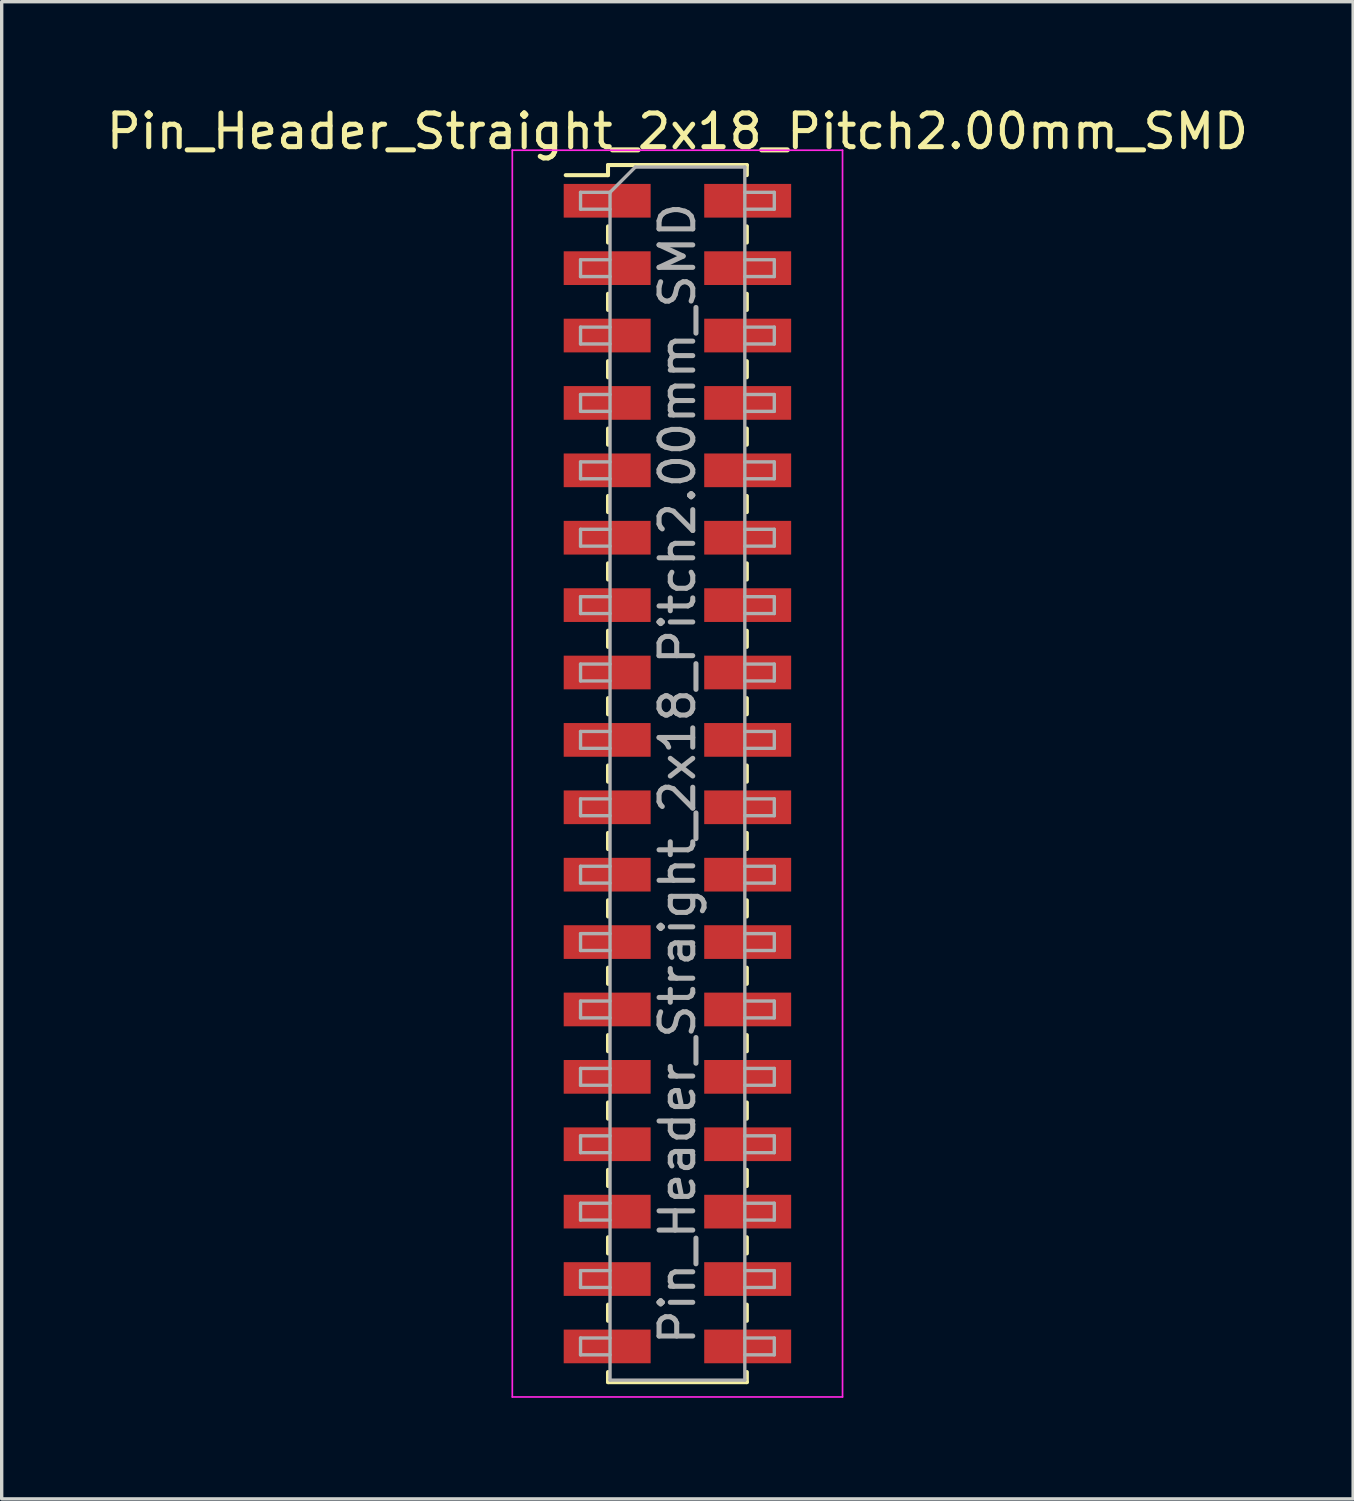
<source format=kicad_pcb>
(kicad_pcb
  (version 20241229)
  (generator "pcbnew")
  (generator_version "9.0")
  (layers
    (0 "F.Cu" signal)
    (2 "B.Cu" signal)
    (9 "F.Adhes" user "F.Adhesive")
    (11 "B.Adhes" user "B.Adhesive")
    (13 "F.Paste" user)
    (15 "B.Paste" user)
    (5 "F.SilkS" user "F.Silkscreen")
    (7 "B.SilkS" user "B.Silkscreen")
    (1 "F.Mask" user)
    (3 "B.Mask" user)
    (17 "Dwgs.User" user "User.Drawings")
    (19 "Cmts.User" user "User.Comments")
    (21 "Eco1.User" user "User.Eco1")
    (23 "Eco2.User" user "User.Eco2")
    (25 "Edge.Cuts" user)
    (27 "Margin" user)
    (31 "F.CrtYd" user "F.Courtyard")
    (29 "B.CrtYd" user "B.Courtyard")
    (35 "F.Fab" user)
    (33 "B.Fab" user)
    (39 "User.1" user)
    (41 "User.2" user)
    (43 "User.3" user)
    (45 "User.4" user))
  (footprint "Pin_Header_Straight_2x18_Pitch2.00mm_SMD"
    (layer "F.Cu")
    (at 17.054 19.908)
    (property "Reference" "Pin_Header_Straight_2x18_Pitch2.00mm_SMD" (at 0 -19.06 0) (layer "F.SilkS") (effects (font (size 1 1) (thickness 0.15))))
    (attr smd)
    (fp_line (start -3.315 -17.76) (end -2.06 -17.76) (stroke (width 0.12) (type solid)) (layer "F.SilkS"))
    (fp_line (start -2.06 -18.06) (end -2.06 -17.76) (stroke (width 0.12) (type solid)) (layer "F.SilkS"))
    (fp_line (start -2.06 -18.06) (end 2.06 -18.06) (stroke (width 0.12) (type solid)) (layer "F.SilkS"))
    (fp_line (start -2.06 -16.24) (end -2.06 -15.76) (stroke (width 0.12) (type solid)) (layer "F.SilkS"))
    (fp_line (start -2.06 -14.24) (end -2.06 -13.76) (stroke (width 0.12) (type solid)) (layer "F.SilkS"))
    (fp_line (start -2.06 -12.24) (end -2.06 -11.76) (stroke (width 0.12) (type solid)) (layer "F.SilkS"))
    (fp_line (start -2.06 -10.24) (end -2.06 -9.76) (stroke (width 0.12) (type solid)) (layer "F.SilkS"))
    (fp_line (start -2.06 -8.24) (end -2.06 -7.76) (stroke (width 0.12) (type solid)) (layer "F.SilkS"))
    (fp_line (start -2.06 -6.24) (end -2.06 -5.76) (stroke (width 0.12) (type solid)) (layer "F.SilkS"))
    (fp_line (start -2.06 -4.24) (end -2.06 -3.76) (stroke (width 0.12) (type solid)) (layer "F.SilkS"))
    (fp_line (start -2.06 -2.24) (end -2.06 -1.76) (stroke (width 0.12) (type solid)) (layer "F.SilkS"))
    (fp_line (start -2.06 -0.24) (end -2.06 0.24) (stroke (width 0.12) (type solid)) (layer "F.SilkS"))
    (fp_line (start -2.06 1.76) (end -2.06 2.24) (stroke (width 0.12) (type solid)) (layer "F.SilkS"))
    (fp_line (start -2.06 3.76) (end -2.06 4.24) (stroke (width 0.12) (type solid)) (layer "F.SilkS"))
    (fp_line (start -2.06 5.76) (end -2.06 6.24) (stroke (width 0.12) (type solid)) (layer "F.SilkS"))
    (fp_line (start -2.06 7.76) (end -2.06 8.24) (stroke (width 0.12) (type solid)) (layer "F.SilkS"))
    (fp_line (start -2.06 9.76) (end -2.06 10.24) (stroke (width 0.12) (type solid)) (layer "F.SilkS"))
    (fp_line (start -2.06 11.76) (end -2.06 12.24) (stroke (width 0.12) (type solid)) (layer "F.SilkS"))
    (fp_line (start -2.06 13.76) (end -2.06 14.24) (stroke (width 0.12) (type solid)) (layer "F.SilkS"))
    (fp_line (start -2.06 15.76) (end -2.06 16.24) (stroke (width 0.12) (type solid)) (layer "F.SilkS"))
    (fp_line (start -2.06 17.76) (end -2.06 18.06) (stroke (width 0.12) (type solid)) (layer "F.SilkS"))
    (fp_line (start -2.06 18.06) (end 2.06 18.06) (stroke (width 0.12) (type solid)) (layer "F.SilkS"))
    (fp_line (start 2.06 -18.06) (end 2.06 -17.76) (stroke (width 0.12) (type solid)) (layer "F.SilkS"))
    (fp_line (start 2.06 -16.24) (end 2.06 -15.76) (stroke (width 0.12) (type solid)) (layer "F.SilkS"))
    (fp_line (start 2.06 -14.24) (end 2.06 -13.76) (stroke (width 0.12) (type solid)) (layer "F.SilkS"))
    (fp_line (start 2.06 -12.24) (end 2.06 -11.76) (stroke (width 0.12) (type solid)) (layer "F.SilkS"))
    (fp_line (start 2.06 -10.24) (end 2.06 -9.76) (stroke (width 0.12) (type solid)) (layer "F.SilkS"))
    (fp_line (start 2.06 -8.24) (end 2.06 -7.76) (stroke (width 0.12) (type solid)) (layer "F.SilkS"))
    (fp_line (start 2.06 -6.24) (end 2.06 -5.76) (stroke (width 0.12) (type solid)) (layer "F.SilkS"))
    (fp_line (start 2.06 -4.24) (end 2.06 -3.76) (stroke (width 0.12) (type solid)) (layer "F.SilkS"))
    (fp_line (start 2.06 -2.24) (end 2.06 -1.76) (stroke (width 0.12) (type solid)) (layer "F.SilkS"))
    (fp_line (start 2.06 -0.24) (end 2.06 0.24) (stroke (width 0.12) (type solid)) (layer "F.SilkS"))
    (fp_line (start 2.06 1.76) (end 2.06 2.24) (stroke (width 0.12) (type solid)) (layer "F.SilkS"))
    (fp_line (start 2.06 3.76) (end 2.06 4.24) (stroke (width 0.12) (type solid)) (layer "F.SilkS"))
    (fp_line (start 2.06 5.76) (end 2.06 6.24) (stroke (width 0.12) (type solid)) (layer "F.SilkS"))
    (fp_line (start 2.06 7.76) (end 2.06 8.24) (stroke (width 0.12) (type solid)) (layer "F.SilkS"))
    (fp_line (start 2.06 9.76) (end 2.06 10.24) (stroke (width 0.12) (type solid)) (layer "F.SilkS"))
    (fp_line (start 2.06 11.76) (end 2.06 12.24) (stroke (width 0.12) (type solid)) (layer "F.SilkS"))
    (fp_line (start 2.06 13.76) (end 2.06 14.24) (stroke (width 0.12) (type solid)) (layer "F.SilkS"))
    (fp_line (start 2.06 15.76) (end 2.06 16.24) (stroke (width 0.12) (type solid)) (layer "F.SilkS"))
    (fp_line (start 2.06 17.76) (end 2.06 18.06) (stroke (width 0.12) (type solid)) (layer "F.SilkS"))
    (fp_line (start -4.9 -18.5) (end -4.9 18.5) (stroke (width 0.05) (type solid)) (layer "F.CrtYd"))
    (fp_line (start -4.9 18.5) (end 4.9 18.5) (stroke (width 0.05) (type solid)) (layer "F.CrtYd"))
    (fp_line (start 4.9 -18.5) (end -4.9 -18.5) (stroke (width 0.05) (type solid)) (layer "F.CrtYd"))
    (fp_line (start 4.9 18.5) (end 4.9 -18.5) (stroke (width 0.05) (type solid)) (layer "F.CrtYd"))
    (fp_line (start -2.875 -17.25) (end -2.875 -16.75) (stroke (width 0.1) (type solid)) (layer "F.Fab"))
    (fp_line (start -2.875 -16.75) (end -2 -16.75) (stroke (width 0.1) (type solid)) (layer "F.Fab"))
    (fp_line (start -2.875 -15.25) (end -2.875 -14.75) (stroke (width 0.1) (type solid)) (layer "F.Fab"))
    (fp_line (start -2.875 -14.75) (end -2 -14.75) (stroke (width 0.1) (type solid)) (layer "F.Fab"))
    (fp_line (start -2.875 -13.25) (end -2.875 -12.75) (stroke (width 0.1) (type solid)) (layer "F.Fab"))
    (fp_line (start -2.875 -12.75) (end -2 -12.75) (stroke (width 0.1) (type solid)) (layer "F.Fab"))
    (fp_line (start -2.875 -11.25) (end -2.875 -10.75) (stroke (width 0.1) (type solid)) (layer "F.Fab"))
    (fp_line (start -2.875 -10.75) (end -2 -10.75) (stroke (width 0.1) (type solid)) (layer "F.Fab"))
    (fp_line (start -2.875 -9.25) (end -2.875 -8.75) (stroke (width 0.1) (type solid)) (layer "F.Fab"))
    (fp_line (start -2.875 -8.75) (end -2 -8.75) (stroke (width 0.1) (type solid)) (layer "F.Fab"))
    (fp_line (start -2.875 -7.25) (end -2.875 -6.75) (stroke (width 0.1) (type solid)) (layer "F.Fab"))
    (fp_line (start -2.875 -6.75) (end -2 -6.75) (stroke (width 0.1) (type solid)) (layer "F.Fab"))
    (fp_line (start -2.875 -5.25) (end -2.875 -4.75) (stroke (width 0.1) (type solid)) (layer "F.Fab"))
    (fp_line (start -2.875 -4.75) (end -2 -4.75) (stroke (width 0.1) (type solid)) (layer "F.Fab"))
    (fp_line (start -2.875 -3.25) (end -2.875 -2.75) (stroke (width 0.1) (type solid)) (layer "F.Fab"))
    (fp_line (start -2.875 -2.75) (end -2 -2.75) (stroke (width 0.1) (type solid)) (layer "F.Fab"))
    (fp_line (start -2.875 -1.25) (end -2.875 -0.75) (stroke (width 0.1) (type solid)) (layer "F.Fab"))
    (fp_line (start -2.875 -0.75) (end -2 -0.75) (stroke (width 0.1) (type solid)) (layer "F.Fab"))
    (fp_line (start -2.875 0.75) (end -2.875 1.25) (stroke (width 0.1) (type solid)) (layer "F.Fab"))
    (fp_line (start -2.875 1.25) (end -2 1.25) (stroke (width 0.1) (type solid)) (layer "F.Fab"))
    (fp_line (start -2.875 2.75) (end -2.875 3.25) (stroke (width 0.1) (type solid)) (layer "F.Fab"))
    (fp_line (start -2.875 3.25) (end -2 3.25) (stroke (width 0.1) (type solid)) (layer "F.Fab"))
    (fp_line (start -2.875 4.75) (end -2.875 5.25) (stroke (width 0.1) (type solid)) (layer "F.Fab"))
    (fp_line (start -2.875 5.25) (end -2 5.25) (stroke (width 0.1) (type solid)) (layer "F.Fab"))
    (fp_line (start -2.875 6.75) (end -2.875 7.25) (stroke (width 0.1) (type solid)) (layer "F.Fab"))
    (fp_line (start -2.875 7.25) (end -2 7.25) (stroke (width 0.1) (type solid)) (layer "F.Fab"))
    (fp_line (start -2.875 8.75) (end -2.875 9.25) (stroke (width 0.1) (type solid)) (layer "F.Fab"))
    (fp_line (start -2.875 9.25) (end -2 9.25) (stroke (width 0.1) (type solid)) (layer "F.Fab"))
    (fp_line (start -2.875 10.75) (end -2.875 11.25) (stroke (width 0.1) (type solid)) (layer "F.Fab"))
    (fp_line (start -2.875 11.25) (end -2 11.25) (stroke (width 0.1) (type solid)) (layer "F.Fab"))
    (fp_line (start -2.875 12.75) (end -2.875 13.25) (stroke (width 0.1) (type solid)) (layer "F.Fab"))
    (fp_line (start -2.875 13.25) (end -2 13.25) (stroke (width 0.1) (type solid)) (layer "F.Fab"))
    (fp_line (start -2.875 14.75) (end -2.875 15.25) (stroke (width 0.1) (type solid)) (layer "F.Fab"))
    (fp_line (start -2.875 15.25) (end -2 15.25) (stroke (width 0.1) (type solid)) (layer "F.Fab"))
    (fp_line (start -2.875 16.75) (end -2.875 17.25) (stroke (width 0.1) (type solid)) (layer "F.Fab"))
    (fp_line (start -2.875 17.25) (end -2 17.25) (stroke (width 0.1) (type solid)) (layer "F.Fab"))
    (fp_line (start -2 -17.25) (end -2.875 -17.25) (stroke (width 0.1) (type solid)) (layer "F.Fab"))
    (fp_line (start -2 -17.25) (end -1.25 -18) (stroke (width 0.1) (type solid)) (layer "F.Fab"))
    (fp_line (start -2 -15.25) (end -2.875 -15.25) (stroke (width 0.1) (type solid)) (layer "F.Fab"))
    (fp_line (start -2 -13.25) (end -2.875 -13.25) (stroke (width 0.1) (type solid)) (layer "F.Fab"))
    (fp_line (start -2 -11.25) (end -2.875 -11.25) (stroke (width 0.1) (type solid)) (layer "F.Fab"))
    (fp_line (start -2 -9.25) (end -2.875 -9.25) (stroke (width 0.1) (type solid)) (layer "F.Fab"))
    (fp_line (start -2 -7.25) (end -2.875 -7.25) (stroke (width 0.1) (type solid)) (layer "F.Fab"))
    (fp_line (start -2 -5.25) (end -2.875 -5.25) (stroke (width 0.1) (type solid)) (layer "F.Fab"))
    (fp_line (start -2 -3.25) (end -2.875 -3.25) (stroke (width 0.1) (type solid)) (layer "F.Fab"))
    (fp_line (start -2 -1.25) (end -2.875 -1.25) (stroke (width 0.1) (type solid)) (layer "F.Fab"))
    (fp_line (start -2 0.75) (end -2.875 0.75) (stroke (width 0.1) (type solid)) (layer "F.Fab"))
    (fp_line (start -2 2.75) (end -2.875 2.75) (stroke (width 0.1) (type solid)) (layer "F.Fab"))
    (fp_line (start -2 4.75) (end -2.875 4.75) (stroke (width 0.1) (type solid)) (layer "F.Fab"))
    (fp_line (start -2 6.75) (end -2.875 6.75) (stroke (width 0.1) (type solid)) (layer "F.Fab"))
    (fp_line (start -2 8.75) (end -2.875 8.75) (stroke (width 0.1) (type solid)) (layer "F.Fab"))
    (fp_line (start -2 10.75) (end -2.875 10.75) (stroke (width 0.1) (type solid)) (layer "F.Fab"))
    (fp_line (start -2 12.75) (end -2.875 12.75) (stroke (width 0.1) (type solid)) (layer "F.Fab"))
    (fp_line (start -2 14.75) (end -2.875 14.75) (stroke (width 0.1) (type solid)) (layer "F.Fab"))
    (fp_line (start -2 16.75) (end -2.875 16.75) (stroke (width 0.1) (type solid)) (layer "F.Fab"))
    (fp_line (start -2 18) (end -2 -17.25) (stroke (width 0.1) (type solid)) (layer "F.Fab"))
    (fp_line (start -1.25 -18) (end 2 -18) (stroke (width 0.1) (type solid)) (layer "F.Fab"))
    (fp_line (start 2 -18) (end 2 18) (stroke (width 0.1) (type solid)) (layer "F.Fab"))
    (fp_line (start 2 -17.25) (end 2.875 -17.25) (stroke (width 0.1) (type solid)) (layer "F.Fab"))
    (fp_line (start 2 -15.25) (end 2.875 -15.25) (stroke (width 0.1) (type solid)) (layer "F.Fab"))
    (fp_line (start 2 -13.25) (end 2.875 -13.25) (stroke (width 0.1) (type solid)) (layer "F.Fab"))
    (fp_line (start 2 -11.25) (end 2.875 -11.25) (stroke (width 0.1) (type solid)) (layer "F.Fab"))
    (fp_line (start 2 -9.25) (end 2.875 -9.25) (stroke (width 0.1) (type solid)) (layer "F.Fab"))
    (fp_line (start 2 -7.25) (end 2.875 -7.25) (stroke (width 0.1) (type solid)) (layer "F.Fab"))
    (fp_line (start 2 -5.25) (end 2.875 -5.25) (stroke (width 0.1) (type solid)) (layer "F.Fab"))
    (fp_line (start 2 -3.25) (end 2.875 -3.25) (stroke (width 0.1) (type solid)) (layer "F.Fab"))
    (fp_line (start 2 -1.25) (end 2.875 -1.25) (stroke (width 0.1) (type solid)) (layer "F.Fab"))
    (fp_line (start 2 0.75) (end 2.875 0.75) (stroke (width 0.1) (type solid)) (layer "F.Fab"))
    (fp_line (start 2 2.75) (end 2.875 2.75) (stroke (width 0.1) (type solid)) (layer "F.Fab"))
    (fp_line (start 2 4.75) (end 2.875 4.75) (stroke (width 0.1) (type solid)) (layer "F.Fab"))
    (fp_line (start 2 6.75) (end 2.875 6.75) (stroke (width 0.1) (type solid)) (layer "F.Fab"))
    (fp_line (start 2 8.75) (end 2.875 8.75) (stroke (width 0.1) (type solid)) (layer "F.Fab"))
    (fp_line (start 2 10.75) (end 2.875 10.75) (stroke (width 0.1) (type solid)) (layer "F.Fab"))
    (fp_line (start 2 12.75) (end 2.875 12.75) (stroke (width 0.1) (type solid)) (layer "F.Fab"))
    (fp_line (start 2 14.75) (end 2.875 14.75) (stroke (width 0.1) (type solid)) (layer "F.Fab"))
    (fp_line (start 2 16.75) (end 2.875 16.75) (stroke (width 0.1) (type solid)) (layer "F.Fab"))
    (fp_line (start 2 18) (end -2 18) (stroke (width 0.1) (type solid)) (layer "F.Fab"))
    (fp_line (start 2.875 -17.25) (end 2.875 -16.75) (stroke (width 0.1) (type solid)) (layer "F.Fab"))
    (fp_line (start 2.875 -16.75) (end 2 -16.75) (stroke (width 0.1) (type solid)) (layer "F.Fab"))
    (fp_line (start 2.875 -15.25) (end 2.875 -14.75) (stroke (width 0.1) (type solid)) (layer "F.Fab"))
    (fp_line (start 2.875 -14.75) (end 2 -14.75) (stroke (width 0.1) (type solid)) (layer "F.Fab"))
    (fp_line (start 2.875 -13.25) (end 2.875 -12.75) (stroke (width 0.1) (type solid)) (layer "F.Fab"))
    (fp_line (start 2.875 -12.75) (end 2 -12.75) (stroke (width 0.1) (type solid)) (layer "F.Fab"))
    (fp_line (start 2.875 -11.25) (end 2.875 -10.75) (stroke (width 0.1) (type solid)) (layer "F.Fab"))
    (fp_line (start 2.875 -10.75) (end 2 -10.75) (stroke (width 0.1) (type solid)) (layer "F.Fab"))
    (fp_line (start 2.875 -9.25) (end 2.875 -8.75) (stroke (width 0.1) (type solid)) (layer "F.Fab"))
    (fp_line (start 2.875 -8.75) (end 2 -8.75) (stroke (width 0.1) (type solid)) (layer "F.Fab"))
    (fp_line (start 2.875 -7.25) (end 2.875 -6.75) (stroke (width 0.1) (type solid)) (layer "F.Fab"))
    (fp_line (start 2.875 -6.75) (end 2 -6.75) (stroke (width 0.1) (type solid)) (layer "F.Fab"))
    (fp_line (start 2.875 -5.25) (end 2.875 -4.75) (stroke (width 0.1) (type solid)) (layer "F.Fab"))
    (fp_line (start 2.875 -4.75) (end 2 -4.75) (stroke (width 0.1) (type solid)) (layer "F.Fab"))
    (fp_line (start 2.875 -3.25) (end 2.875 -2.75) (stroke (width 0.1) (type solid)) (layer "F.Fab"))
    (fp_line (start 2.875 -2.75) (end 2 -2.75) (stroke (width 0.1) (type solid)) (layer "F.Fab"))
    (fp_line (start 2.875 -1.25) (end 2.875 -0.75) (stroke (width 0.1) (type solid)) (layer "F.Fab"))
    (fp_line (start 2.875 -0.75) (end 2 -0.75) (stroke (width 0.1) (type solid)) (layer "F.Fab"))
    (fp_line (start 2.875 0.75) (end 2.875 1.25) (stroke (width 0.1) (type solid)) (layer "F.Fab"))
    (fp_line (start 2.875 1.25) (end 2 1.25) (stroke (width 0.1) (type solid)) (layer "F.Fab"))
    (fp_line (start 2.875 2.75) (end 2.875 3.25) (stroke (width 0.1) (type solid)) (layer "F.Fab"))
    (fp_line (start 2.875 3.25) (end 2 3.25) (stroke (width 0.1) (type solid)) (layer "F.Fab"))
    (fp_line (start 2.875 4.75) (end 2.875 5.25) (stroke (width 0.1) (type solid)) (layer "F.Fab"))
    (fp_line (start 2.875 5.25) (end 2 5.25) (stroke (width 0.1) (type solid)) (layer "F.Fab"))
    (fp_line (start 2.875 6.75) (end 2.875 7.25) (stroke (width 0.1) (type solid)) (layer "F.Fab"))
    (fp_line (start 2.875 7.25) (end 2 7.25) (stroke (width 0.1) (type solid)) (layer "F.Fab"))
    (fp_line (start 2.875 8.75) (end 2.875 9.25) (stroke (width 0.1) (type solid)) (layer "F.Fab"))
    (fp_line (start 2.875 9.25) (end 2 9.25) (stroke (width 0.1) (type solid)) (layer "F.Fab"))
    (fp_line (start 2.875 10.75) (end 2.875 11.25) (stroke (width 0.1) (type solid)) (layer "F.Fab"))
    (fp_line (start 2.875 11.25) (end 2 11.25) (stroke (width 0.1) (type solid)) (layer "F.Fab"))
    (fp_line (start 2.875 12.75) (end 2.875 13.25) (stroke (width 0.1) (type solid)) (layer "F.Fab"))
    (fp_line (start 2.875 13.25) (end 2 13.25) (stroke (width 0.1) (type solid)) (layer "F.Fab"))
    (fp_line (start 2.875 14.75) (end 2.875 15.25) (stroke (width 0.1) (type solid)) (layer "F.Fab"))
    (fp_line (start 2.875 15.25) (end 2 15.25) (stroke (width 0.1) (type solid)) (layer "F.Fab"))
    (fp_line (start 2.875 16.75) (end 2.875 17.25) (stroke (width 0.1) (type solid)) (layer "F.Fab"))
    (fp_line (start 2.875 17.25) (end 2 17.25) (stroke (width 0.1) (type solid)) (layer "F.Fab"))
    (fp_text user "${REFERENCE}" (at 0 0 90) (layer "F.Fab") (effects (font (size 1 1) (thickness 0.15))))
    (pad "1" smd rect (at -2.085 -17) (size 2.58 1) (layers "F.Cu" "F.Mask" "F.Paste"))
    (pad "2" smd rect (at 2.085 -17) (size 2.58 1) (layers "F.Cu" "F.Mask" "F.Paste"))
    (pad "3" smd rect (at -2.085 -15) (size 2.58 1) (layers "F.Cu" "F.Mask" "F.Paste"))
    (pad "4" smd rect (at 2.085 -15) (size 2.58 1) (layers "F.Cu" "F.Mask" "F.Paste"))
    (pad "5" smd rect (at -2.085 -13) (size 2.58 1) (layers "F.Cu" "F.Mask" "F.Paste"))
    (pad "6" smd rect (at 2.085 -13) (size 2.58 1) (layers "F.Cu" "F.Mask" "F.Paste"))
    (pad "7" smd rect (at -2.085 -11) (size 2.58 1) (layers "F.Cu" "F.Mask" "F.Paste"))
    (pad "8" smd rect (at 2.085 -11) (size 2.58 1) (layers "F.Cu" "F.Mask" "F.Paste"))
    (pad "9" smd rect (at -2.085 -9) (size 2.58 1) (layers "F.Cu" "F.Mask" "F.Paste"))
    (pad "10" smd rect (at 2.085 -9) (size 2.58 1) (layers "F.Cu" "F.Mask" "F.Paste"))
    (pad "11" smd rect (at -2.085 -7) (size 2.58 1) (layers "F.Cu" "F.Mask" "F.Paste"))
    (pad "12" smd rect (at 2.085 -7) (size 2.58 1) (layers "F.Cu" "F.Mask" "F.Paste"))
    (pad "13" smd rect (at -2.085 -5) (size 2.58 1) (layers "F.Cu" "F.Mask" "F.Paste"))
    (pad "14" smd rect (at 2.085 -5) (size 2.58 1) (layers "F.Cu" "F.Mask" "F.Paste"))
    (pad "15" smd rect (at -2.085 -3) (size 2.58 1) (layers "F.Cu" "F.Mask" "F.Paste"))
    (pad "16" smd rect (at 2.085 -3) (size 2.58 1) (layers "F.Cu" "F.Mask" "F.Paste"))
    (pad "17" smd rect (at -2.085 -1) (size 2.58 1) (layers "F.Cu" "F.Mask" "F.Paste"))
    (pad "18" smd rect (at 2.085 -1) (size 2.58 1) (layers "F.Cu" "F.Mask" "F.Paste"))
    (pad "19" smd rect (at -2.085 1) (size 2.58 1) (layers "F.Cu" "F.Mask" "F.Paste"))
    (pad "20" smd rect (at 2.085 1) (size 2.58 1) (layers "F.Cu" "F.Mask" "F.Paste"))
    (pad "21" smd rect (at -2.085 3) (size 2.58 1) (layers "F.Cu" "F.Mask" "F.Paste"))
    (pad "22" smd rect (at 2.085 3) (size 2.58 1) (layers "F.Cu" "F.Mask" "F.Paste"))
    (pad "23" smd rect (at -2.085 5) (size 2.58 1) (layers "F.Cu" "F.Mask" "F.Paste"))
    (pad "24" smd rect (at 2.085 5) (size 2.58 1) (layers "F.Cu" "F.Mask" "F.Paste"))
    (pad "25" smd rect (at -2.085 7) (size 2.58 1) (layers "F.Cu" "F.Mask" "F.Paste"))
    (pad "26" smd rect (at 2.085 7) (size 2.58 1) (layers "F.Cu" "F.Mask" "F.Paste"))
    (pad "27" smd rect (at -2.085 9) (size 2.58 1) (layers "F.Cu" "F.Mask" "F.Paste"))
    (pad "28" smd rect (at 2.085 9) (size 2.58 1) (layers "F.Cu" "F.Mask" "F.Paste"))
    (pad "29" smd rect (at -2.085 11) (size 2.58 1) (layers "F.Cu" "F.Mask" "F.Paste"))
    (pad "30" smd rect (at 2.085 11) (size 2.58 1) (layers "F.Cu" "F.Mask" "F.Paste"))
    (pad "31" smd rect (at -2.085 13) (size 2.58 1) (layers "F.Cu" "F.Mask" "F.Paste"))
    (pad "32" smd rect (at 2.085 13) (size 2.58 1) (layers "F.Cu" "F.Mask" "F.Paste"))
    (pad "33" smd rect (at -2.085 15) (size 2.58 1) (layers "F.Cu" "F.Mask" "F.Paste"))
    (pad "34" smd rect (at 2.085 15) (size 2.58 1) (layers "F.Cu" "F.Mask" "F.Paste"))
    (pad "35" smd rect (at -2.085 17) (size 2.58 1) (layers "F.Cu" "F.Mask" "F.Paste"))
    (pad "36" smd rect (at 2.085 17) (size 2.58 1) (layers "F.Cu" "F.Mask" "F.Paste")))
  (gr_rect
    (start -3 -3)
    (end 37.107 41.433)
    (stroke (width 0.1) (type default))
    (fill no)
    (layer "Edge.Cuts")))
</source>
